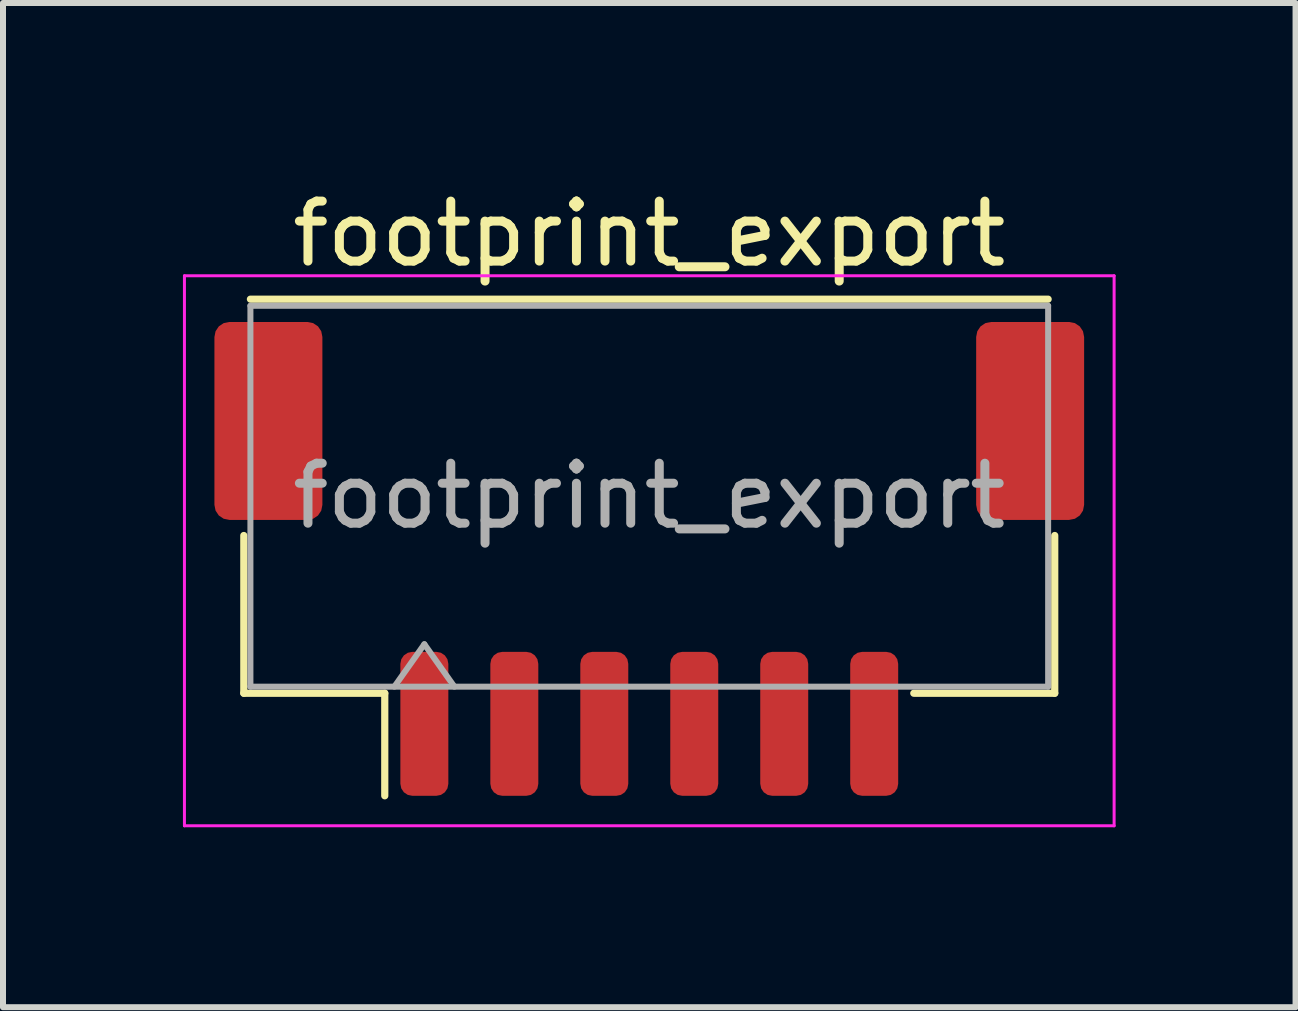
<source format=kicad_pcb>
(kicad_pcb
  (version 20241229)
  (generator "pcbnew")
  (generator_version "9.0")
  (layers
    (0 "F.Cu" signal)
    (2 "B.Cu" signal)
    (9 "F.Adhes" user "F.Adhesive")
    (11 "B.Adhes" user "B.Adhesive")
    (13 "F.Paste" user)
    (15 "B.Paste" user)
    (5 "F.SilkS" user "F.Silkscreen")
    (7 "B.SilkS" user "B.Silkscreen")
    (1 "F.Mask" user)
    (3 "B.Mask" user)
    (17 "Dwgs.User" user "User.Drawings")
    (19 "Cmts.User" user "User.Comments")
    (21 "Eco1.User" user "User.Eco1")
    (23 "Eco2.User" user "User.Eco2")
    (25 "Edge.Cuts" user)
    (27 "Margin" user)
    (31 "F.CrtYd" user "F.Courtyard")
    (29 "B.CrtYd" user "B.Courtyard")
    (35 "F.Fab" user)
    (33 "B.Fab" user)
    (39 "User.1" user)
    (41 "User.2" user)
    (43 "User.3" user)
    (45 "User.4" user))
  (footprint "footprint_export"
    (layer "F.Cu")
    (at 7.775 6.268)
    (property "Reference" "footprint_export" (at 0 -5.42 0) (layer "F.SilkS") (effects (font (size 1 1) (thickness 0.15))))
    (attr smd)
    (fp_line (start -6.76 -0.39) (end -6.76 2.24) (stroke (width 0.12) (type solid)) (layer "F.SilkS"))
    (fp_line (start -6.76 2.24) (end -4.41 2.24) (stroke (width 0.12) (type solid)) (layer "F.SilkS"))
    (fp_line (start -6.65 -4.33) (end 6.65 -4.33) (stroke (width 0.12) (type solid)) (layer "F.SilkS"))
    (fp_line (start -4.41 2.24) (end -4.41 3.95) (stroke (width 0.12) (type solid)) (layer "F.SilkS"))
    (fp_line (start 6.76 -0.39) (end 6.76 2.24) (stroke (width 0.12) (type solid)) (layer "F.SilkS"))
    (fp_line (start 6.76 2.24) (end 4.41 2.24) (stroke (width 0.12) (type solid)) (layer "F.SilkS"))
    (fp_line (start -7.75 -4.72) (end -7.75 4.45) (stroke (width 0.05) (type solid)) (layer "F.CrtYd"))
    (fp_line (start -7.75 4.45) (end 7.75 4.45) (stroke (width 0.05) (type solid)) (layer "F.CrtYd"))
    (fp_line (start 7.75 -4.72) (end -7.75 -4.72) (stroke (width 0.05) (type solid)) (layer "F.CrtYd"))
    (fp_line (start 7.75 4.45) (end 7.75 -4.72) (stroke (width 0.05) (type solid)) (layer "F.CrtYd"))
    (fp_line (start -6.65 -4.22) (end 6.65 -4.22) (stroke (width 0.1) (type solid)) (layer "F.Fab"))
    (fp_line (start -6.65 2.13) (end -6.65 -4.22) (stroke (width 0.1) (type solid)) (layer "F.Fab"))
    (fp_line (start -6.65 2.13) (end 6.65 2.13) (stroke (width 0.1) (type solid)) (layer "F.Fab"))
    (fp_line (start -4.25 2.13) (end -3.75 1.423) (stroke (width 0.1) (type solid)) (layer "F.Fab"))
    (fp_line (start -3.75 1.423) (end -3.25 2.13) (stroke (width 0.1) (type solid)) (layer "F.Fab"))
    (fp_line (start 6.65 2.13) (end 6.65 -4.22) (stroke (width 0.1) (type solid)) (layer "F.Fab"))
    (fp_text user "${REFERENCE}" (at 0 -1.05 0) (layer "F.Fab") (effects (font (size 1 1) (thickness 0.15))))
    (pad "1" smd roundrect (at -3.75 2.75) (size 0.8 2.4) (layers "F.Cu" "F.Mask" "F.Paste") (roundrect_rratio 0.25))
    (pad "2" smd roundrect (at -2.25 2.75) (size 0.8 2.4) (layers "F.Cu" "F.Mask" "F.Paste") (roundrect_rratio 0.25))
    (pad "3" smd roundrect (at -0.75 2.75) (size 0.8 2.4) (layers "F.Cu" "F.Mask" "F.Paste") (roundrect_rratio 0.25))
    (pad "4" smd roundrect (at 0.75 2.75) (size 0.8 2.4) (layers "F.Cu" "F.Mask" "F.Paste") (roundrect_rratio 0.25))
    (pad "5" smd roundrect (at 2.25 2.75) (size 0.8 2.4) (layers "F.Cu" "F.Mask" "F.Paste") (roundrect_rratio 0.25))
    (pad "6" smd roundrect (at 3.75 2.75) (size 0.8 2.4) (layers "F.Cu" "F.Mask" "F.Paste") (roundrect_rratio 0.25))
    (pad "MP" smd roundrect (at -6.35 -2.3) (size 1.8 3.3) (layers "F.Cu" "F.Mask" "F.Paste") (roundrect_rratio 0.139))
    (pad "MP" smd roundrect (at 6.35 -2.3) (size 1.8 3.3) (layers "F.Cu" "F.Mask" "F.Paste") (roundrect_rratio 0.139)))
  (gr_rect
    (start -3 -3)
    (end 18.55 13.743)
    (stroke (width 0.1) (type default))
    (fill no)
    (layer "Edge.Cuts")))
</source>
